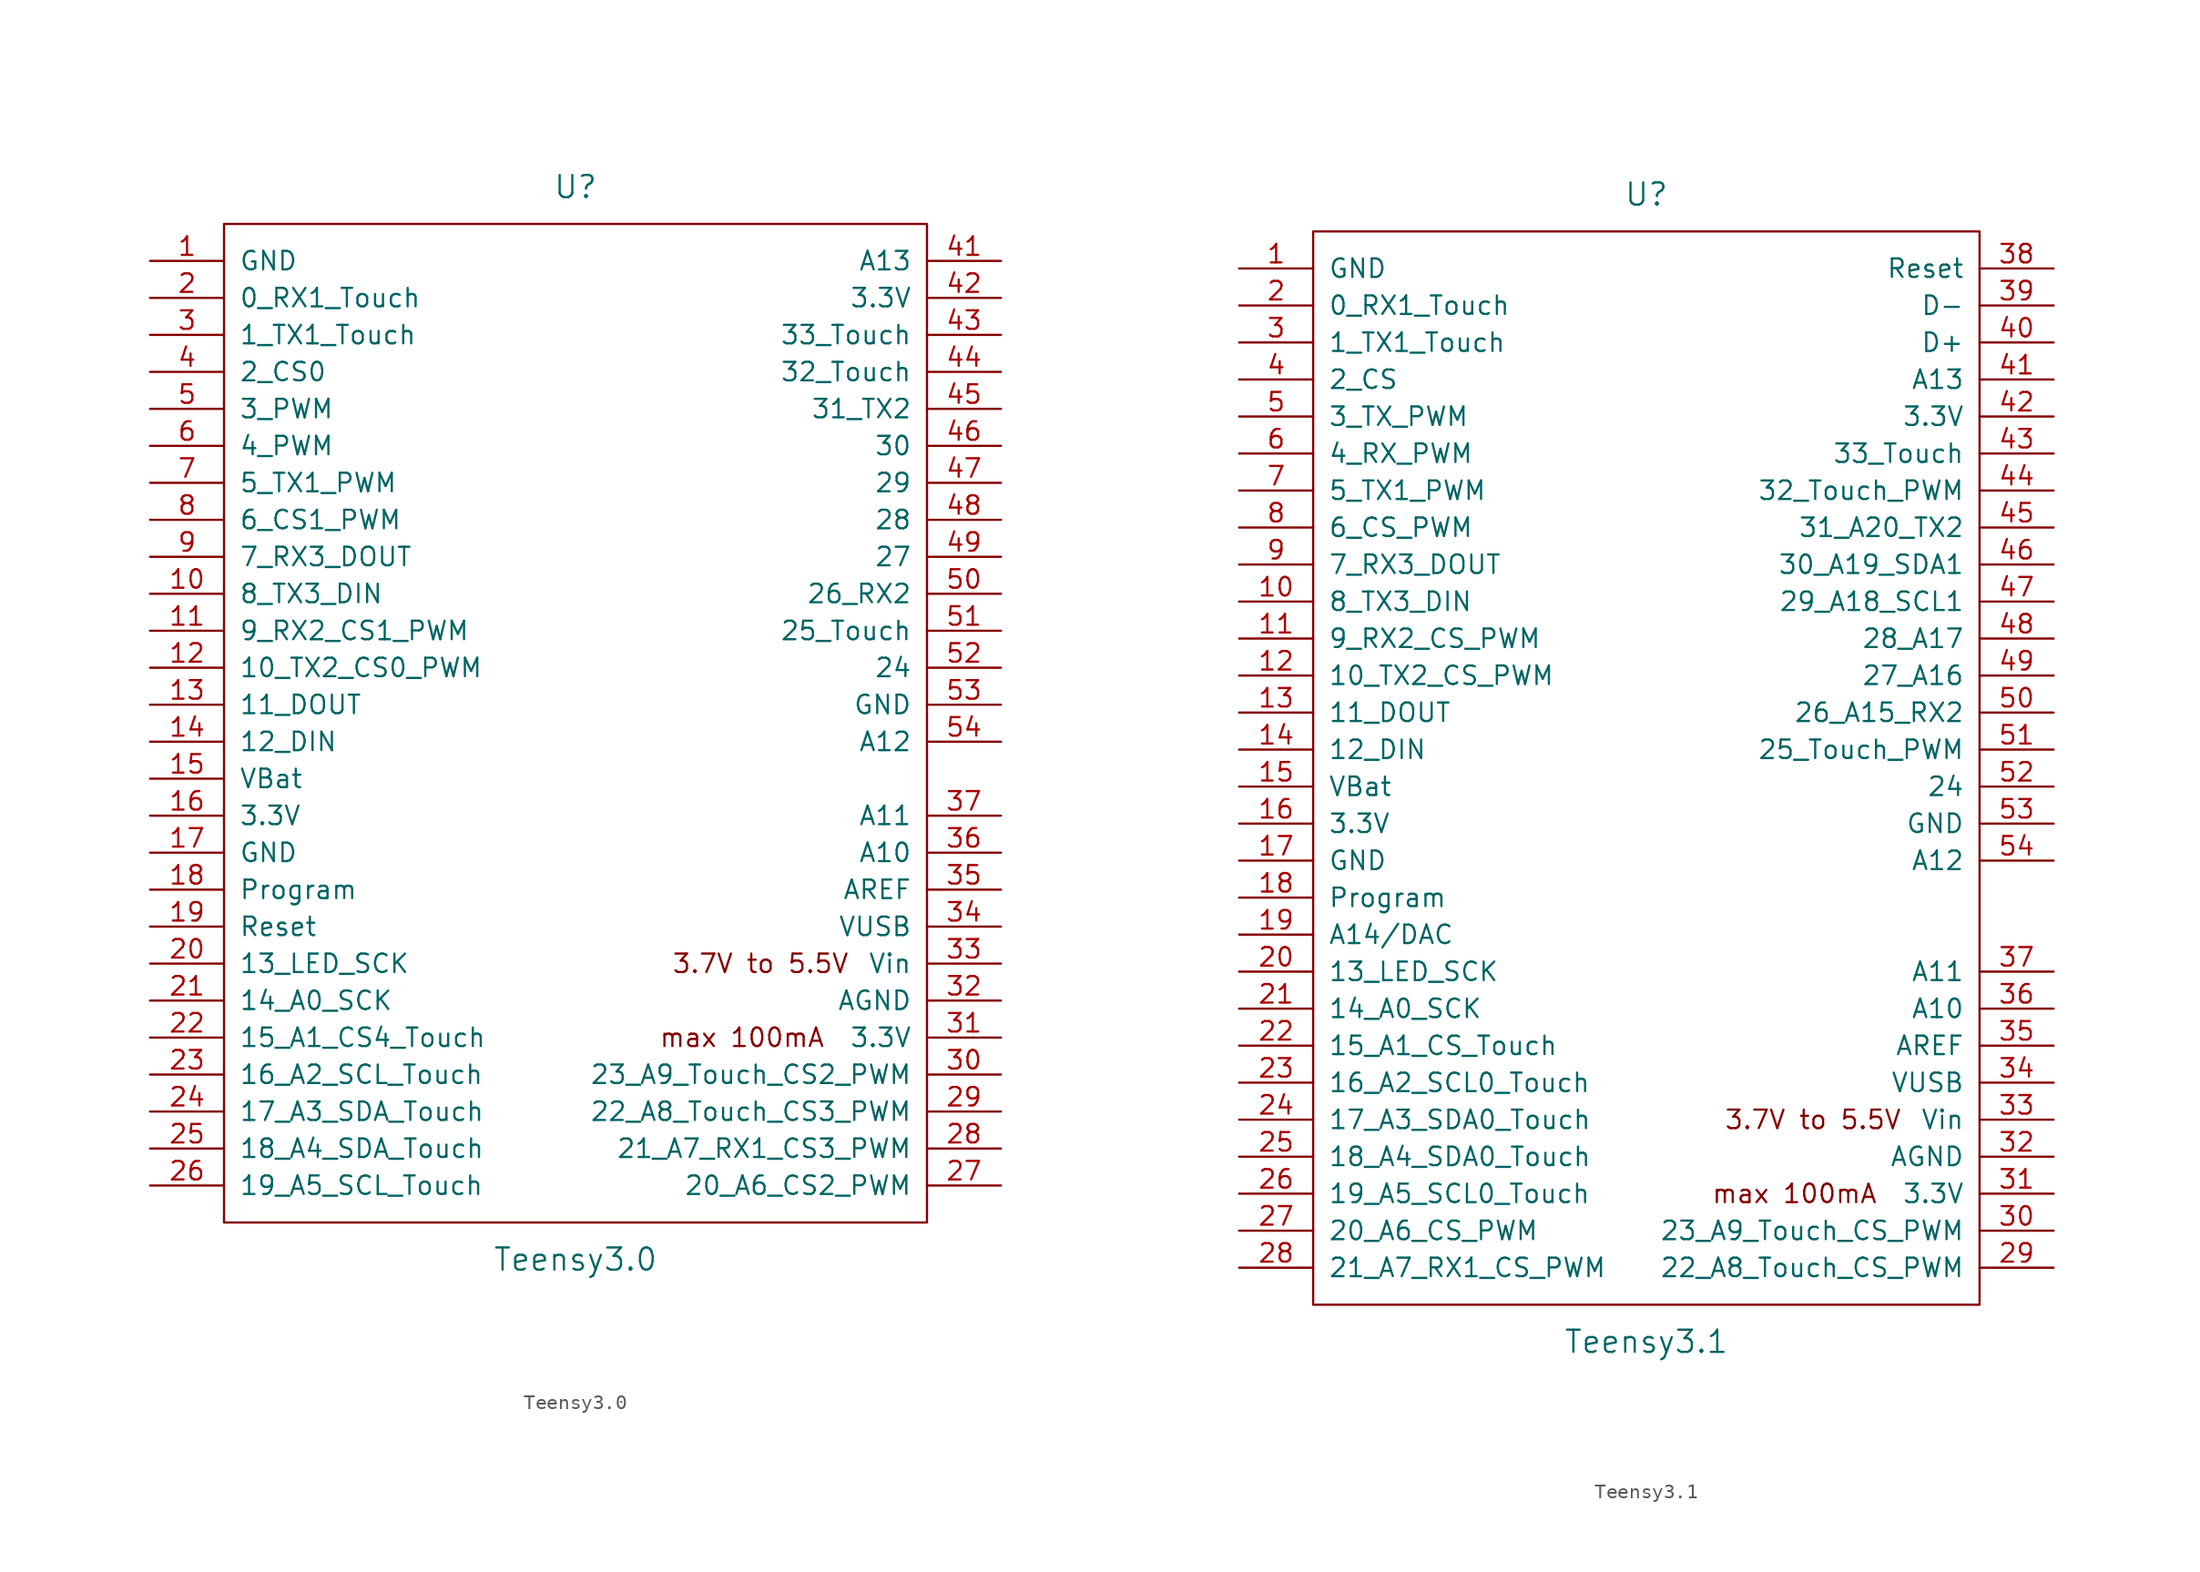
<source format=kicad_sym>
(kicad_symbol_lib
  (version 20211014)
  (generator kicad_symbol_editor)
  (symbol "Teensy3.0"
    (pin_names
      (offset 1.016))
    (property "Reference" "U"
      (at 0 36.83 0)
      (effects (font (size 1.524 1.524))))
    (property "Value" "Teensy3.0"
      (at 0 -36.83 0)
      (effects (font (size 1.524 1.524))))
    (property "Footprint" ""
      (at 0 -21.59 0)
      (effects (font (size 1.524 1.524))))
    (property "Datasheet" ""
      (at 0 -21.59 0)
      (effects (font (size 1.524 1.524))))
    (symbol "Teensy3.0_0_0"
      (text "3.7V to 5.5V" (at 12.7 -16.51 0) (effects (font (size 1.27 1.27))))
      (text "max 100mA" (at 11.43 -21.59 0) (effects (font (size 1.27 1.27)))))
    (symbol "Teensy3.0_0_1"
      (rectangle (start -24.13 34.29) (end 24.13 -34.29) (stroke (width 0) (type default) (color 0 0 0 0)) (fill (type none))))
    (symbol "Teensy3.0_1_1"
      (pin power_in line (at -29.21 31.75 0) (length 5.08) (name "GND" (effects (font (size 1.27 1.27)))) (number "1" (effects (font (size 1.27 1.27)))))
      (pin bidirectional line (at -29.21 8.89 0) (length 5.08) (name "8_TX3_DIN" (effects (font (size 1.27 1.27)))) (number "10" (effects (font (size 1.27 1.27)))))
      (pin bidirectional line (at -29.21 6.35 0) (length 5.08) (name "9_RX2_CS1_PWM" (effects (font (size 1.27 1.27)))) (number "11" (effects (font (size 1.27 1.27)))))
      (pin bidirectional line (at -29.21 3.81 0) (length 5.08) (name "10_TX2_CS0_PWM" (effects (font (size 1.27 1.27)))) (number "12" (effects (font (size 1.27 1.27)))))
      (pin bidirectional line (at -29.21 1.27 0) (length 5.08) (name "11_DOUT" (effects (font (size 1.27 1.27)))) (number "13" (effects (font (size 1.27 1.27)))))
      (pin bidirectional line (at -29.21 -1.27 0) (length 5.08) (name "12_DIN" (effects (font (size 1.27 1.27)))) (number "14" (effects (font (size 1.27 1.27)))))
      (pin power_in line (at -29.21 -3.81 0) (length 5.08) (name "VBat" (effects (font (size 1.27 1.27)))) (number "15" (effects (font (size 1.27 1.27)))))
      (pin power_in line (at -29.21 -6.35 0) (length 5.08) (name "3.3V" (effects (font (size 1.27 1.27)))) (number "16" (effects (font (size 1.27 1.27)))))
      (pin power_in line (at -29.21 -8.89 0) (length 5.08) (name "GND" (effects (font (size 1.27 1.27)))) (number "17" (effects (font (size 1.27 1.27)))))
      (pin input line (at -29.21 -11.43 0) (length 5.08) (name "Program" (effects (font (size 1.27 1.27)))) (number "18" (effects (font (size 1.27 1.27)))))
      (pin input line (at -29.21 -13.97 0) (length 5.08) (name "Reset" (effects (font (size 1.27 1.27)))) (number "19" (effects (font (size 1.27 1.27)))))
      (pin bidirectional line (at -29.21 29.21 0) (length 5.08) (name "0_RX1_Touch" (effects (font (size 1.27 1.27)))) (number "2" (effects (font (size 1.27 1.27)))))
      (pin bidirectional line (at -29.21 -16.51 0) (length 5.08) (name "13_LED_SCK" (effects (font (size 1.27 1.27)))) (number "20" (effects (font (size 1.27 1.27)))))
      (pin bidirectional line (at -29.21 -19.05 0) (length 5.08) (name "14_A0_SCK" (effects (font (size 1.27 1.27)))) (number "21" (effects (font (size 1.27 1.27)))))
      (pin bidirectional line (at -29.21 -21.59 0) (length 5.08) (name "15_A1_CS4_Touch" (effects (font (size 1.27 1.27)))) (number "22" (effects (font (size 1.27 1.27)))))
      (pin bidirectional line (at -29.21 -24.13 0) (length 5.08) (name "16_A2_SCL_Touch" (effects (font (size 1.27 1.27)))) (number "23" (effects (font (size 1.27 1.27)))))
      (pin bidirectional line (at -29.21 -26.67 0) (length 5.08) (name "17_A3_SDA_Touch" (effects (font (size 1.27 1.27)))) (number "24" (effects (font (size 1.27 1.27)))))
      (pin bidirectional line (at -29.21 -29.21 0) (length 5.08) (name "18_A4_SDA_Touch" (effects (font (size 1.27 1.27)))) (number "25" (effects (font (size 1.27 1.27)))))
      (pin bidirectional line (at -29.21 -31.75 0) (length 5.08) (name "19_A5_SCL_Touch" (effects (font (size 1.27 1.27)))) (number "26" (effects (font (size 1.27 1.27)))))
      (pin bidirectional line (at 29.21 -31.75 180) (length 5.08) (name "20_A6_CS2_PWM" (effects (font (size 1.27 1.27)))) (number "27" (effects (font (size 1.27 1.27)))))
      (pin bidirectional line (at 29.21 -29.21 180) (length 5.08) (name "21_A7_RX1_CS3_PWM" (effects (font (size 1.27 1.27)))) (number "28" (effects (font (size 1.27 1.27)))))
      (pin bidirectional line (at 29.21 -26.67 180) (length 5.08) (name "22_A8_Touch_CS3_PWM" (effects (font (size 1.27 1.27)))) (number "29" (effects (font (size 1.27 1.27)))))
      (pin bidirectional line (at -29.21 26.67 0) (length 5.08) (name "1_TX1_Touch" (effects (font (size 1.27 1.27)))) (number "3" (effects (font (size 1.27 1.27)))))
      (pin bidirectional line (at 29.21 -24.13 180) (length 5.08) (name "23_A9_Touch_CS2_PWM" (effects (font (size 1.27 1.27)))) (number "30" (effects (font (size 1.27 1.27)))))
      (pin power_out line (at 29.21 -21.59 180) (length 5.08) (name "3.3V" (effects (font (size 1.27 1.27)))) (number "31" (effects (font (size 1.27 1.27)))))
      (pin power_out line (at 29.21 -19.05 180) (length 5.08) (name "AGND" (effects (font (size 1.27 1.27)))) (number "32" (effects (font (size 1.27 1.27)))))
      (pin power_in line (at 29.21 -16.51 180) (length 5.08) (name "Vin" (effects (font (size 1.27 1.27)))) (number "33" (effects (font (size 1.27 1.27)))))
      (pin power_in line (at 29.21 -13.97 180) (length 5.08) (name "VUSB" (effects (font (size 1.27 1.27)))) (number "34" (effects (font (size 1.27 1.27)))))
      (pin input line (at 29.21 -11.43 180) (length 5.08) (name "AREF" (effects (font (size 1.27 1.27)))) (number "35" (effects (font (size 1.27 1.27)))))
      (pin bidirectional line (at 29.21 -8.89 180) (length 5.08) (name "A10" (effects (font (size 1.27 1.27)))) (number "36" (effects (font (size 1.27 1.27)))))
      (pin bidirectional line (at 29.21 -6.35 180) (length 5.08) (name "A11" (effects (font (size 1.27 1.27)))) (number "37" (effects (font (size 1.27 1.27)))))
      (pin bidirectional line (at -29.21 24.13 0) (length 5.08) (name "2_CS0" (effects (font (size 1.27 1.27)))) (number "4" (effects (font (size 1.27 1.27)))))
      (pin bidirectional line (at 29.21 31.75 180) (length 5.08) (name "A13" (effects (font (size 1.27 1.27)))) (number "41" (effects (font (size 1.27 1.27)))))
      (pin power_in line (at 29.21 29.21 180) (length 5.08) (name "3.3V" (effects (font (size 1.27 1.27)))) (number "42" (effects (font (size 1.27 1.27)))))
      (pin bidirectional line (at 29.21 26.67 180) (length 5.08) (name "33_Touch" (effects (font (size 1.27 1.27)))) (number "43" (effects (font (size 1.27 1.27)))))
      (pin bidirectional line (at 29.21 24.13 180) (length 5.08) (name "32_Touch" (effects (font (size 1.27 1.27)))) (number "44" (effects (font (size 1.27 1.27)))))
      (pin bidirectional line (at 29.21 21.59 180) (length 5.08) (name "31_TX2" (effects (font (size 1.27 1.27)))) (number "45" (effects (font (size 1.27 1.27)))))
      (pin bidirectional line (at 29.21 19.05 180) (length 5.08) (name "30" (effects (font (size 1.27 1.27)))) (number "46" (effects (font (size 1.27 1.27)))))
      (pin bidirectional line (at 29.21 16.51 180) (length 5.08) (name "29" (effects (font (size 1.27 1.27)))) (number "47" (effects (font (size 1.27 1.27)))))
      (pin bidirectional line (at 29.21 13.97 180) (length 5.08) (name "28" (effects (font (size 1.27 1.27)))) (number "48" (effects (font (size 1.27 1.27)))))
      (pin bidirectional line (at 29.21 11.43 180) (length 5.08) (name "27" (effects (font (size 1.27 1.27)))) (number "49" (effects (font (size 1.27 1.27)))))
      (pin bidirectional line (at -29.21 21.59 0) (length 5.08) (name "3_PWM" (effects (font (size 1.27 1.27)))) (number "5" (effects (font (size 1.27 1.27)))))
      (pin bidirectional line (at 29.21 8.89 180) (length 5.08) (name "26_RX2" (effects (font (size 1.27 1.27)))) (number "50" (effects (font (size 1.27 1.27)))))
      (pin bidirectional line (at 29.21 6.35 180) (length 5.08) (name "25_Touch" (effects (font (size 1.27 1.27)))) (number "51" (effects (font (size 1.27 1.27)))))
      (pin bidirectional line (at 29.21 3.81 180) (length 5.08) (name "24" (effects (font (size 1.27 1.27)))) (number "52" (effects (font (size 1.27 1.27)))))
      (pin power_in line (at 29.21 1.27 180) (length 5.08) (name "GND" (effects (font (size 1.27 1.27)))) (number "53" (effects (font (size 1.27 1.27)))))
      (pin bidirectional line (at 29.21 -1.27 180) (length 5.08) (name "A12" (effects (font (size 1.27 1.27)))) (number "54" (effects (font (size 1.27 1.27)))))
      (pin bidirectional line (at -29.21 19.05 0) (length 5.08) (name "4_PWM" (effects (font (size 1.27 1.27)))) (number "6" (effects (font (size 1.27 1.27)))))
      (pin bidirectional line (at -29.21 16.51 0) (length 5.08) (name "5_TX1_PWM" (effects (font (size 1.27 1.27)))) (number "7" (effects (font (size 1.27 1.27)))))
      (pin bidirectional line (at -29.21 13.97 0) (length 5.08) (name "6_CS1_PWM" (effects (font (size 1.27 1.27)))) (number "8" (effects (font (size 1.27 1.27)))))
      (pin bidirectional line (at -29.21 11.43 0) (length 5.08) (name "7_RX3_DOUT" (effects (font (size 1.27 1.27)))) (number "9" (effects (font (size 1.27 1.27)))))))
  (symbol "Teensy3.1"
    (pin_names
      (offset 1.016))
    (property "Reference" "U"
      (at 0 39.37 0)
      (effects (font (size 1.524 1.524))))
    (property "Value" "Teensy3.1"
      (at 0 -39.37 0)
      (effects (font (size 1.524 1.524))))
    (property "Footprint" ""
      (at 0 -19.05 0)
      (effects (font (size 1.524 1.524))))
    (property "Datasheet" ""
      (at 0 -19.05 0)
      (effects (font (size 1.524 1.524))))
    (symbol "Teensy3.1_0_0"
      (text "3.7V to 5.5V" (at 11.43 -24.13 0) (effects (font (size 1.27 1.27))))
      (text "max 100mA" (at 10.16 -29.21 0) (effects (font (size 1.27 1.27)))))
    (symbol "Teensy3.1_0_1"
      (rectangle (start -22.86 36.83) (end 22.86 -36.83) (stroke (width 0) (type default) (color 0 0 0 0)) (fill (type none))))
    (symbol "Teensy3.1_1_1"
      (pin power_in line (at -27.94 34.29 0) (length 5.08) (name "GND" (effects (font (size 1.27 1.27)))) (number "1" (effects (font (size 1.27 1.27)))))
      (pin bidirectional line (at -27.94 11.43 0) (length 5.08) (name "8_TX3_DIN" (effects (font (size 1.27 1.27)))) (number "10" (effects (font (size 1.27 1.27)))))
      (pin bidirectional line (at -27.94 8.89 0) (length 5.08) (name "9_RX2_CS_PWM" (effects (font (size 1.27 1.27)))) (number "11" (effects (font (size 1.27 1.27)))))
      (pin bidirectional line (at -27.94 6.35 0) (length 5.08) (name "10_TX2_CS_PWM" (effects (font (size 1.27 1.27)))) (number "12" (effects (font (size 1.27 1.27)))))
      (pin bidirectional line (at -27.94 3.81 0) (length 5.08) (name "11_DOUT" (effects (font (size 1.27 1.27)))) (number "13" (effects (font (size 1.27 1.27)))))
      (pin bidirectional line (at -27.94 1.27 0) (length 5.08) (name "12_DIN" (effects (font (size 1.27 1.27)))) (number "14" (effects (font (size 1.27 1.27)))))
      (pin power_in line (at -27.94 -1.27 0) (length 5.08) (name "VBat" (effects (font (size 1.27 1.27)))) (number "15" (effects (font (size 1.27 1.27)))))
      (pin power_in line (at -27.94 -3.81 0) (length 5.08) (name "3.3V" (effects (font (size 1.27 1.27)))) (number "16" (effects (font (size 1.27 1.27)))))
      (pin power_in line (at -27.94 -6.35 0) (length 5.08) (name "GND" (effects (font (size 1.27 1.27)))) (number "17" (effects (font (size 1.27 1.27)))))
      (pin input line (at -27.94 -8.89 0) (length 5.08) (name "Program" (effects (font (size 1.27 1.27)))) (number "18" (effects (font (size 1.27 1.27)))))
      (pin bidirectional line (at -27.94 -11.43 0) (length 5.08) (name "A14/DAC" (effects (font (size 1.27 1.27)))) (number "19" (effects (font (size 1.27 1.27)))))
      (pin bidirectional line (at -27.94 31.75 0) (length 5.08) (name "0_RX1_Touch" (effects (font (size 1.27 1.27)))) (number "2" (effects (font (size 1.27 1.27)))))
      (pin bidirectional line (at -27.94 -13.97 0) (length 5.08) (name "13_LED_SCK" (effects (font (size 1.27 1.27)))) (number "20" (effects (font (size 1.27 1.27)))))
      (pin bidirectional line (at -27.94 -16.51 0) (length 5.08) (name "14_A0_SCK" (effects (font (size 1.27 1.27)))) (number "21" (effects (font (size 1.27 1.27)))))
      (pin bidirectional line (at -27.94 -19.05 0) (length 5.08) (name "15_A1_CS_Touch" (effects (font (size 1.27 1.27)))) (number "22" (effects (font (size 1.27 1.27)))))
      (pin bidirectional line (at -27.94 -21.59 0) (length 5.08) (name "16_A2_SCL0_Touch" (effects (font (size 1.27 1.27)))) (number "23" (effects (font (size 1.27 1.27)))))
      (pin bidirectional line (at -27.94 -24.13 0) (length 5.08) (name "17_A3_SDA0_Touch" (effects (font (size 1.27 1.27)))) (number "24" (effects (font (size 1.27 1.27)))))
      (pin bidirectional line (at -27.94 -26.67 0) (length 5.08) (name "18_A4_SDA0_Touch" (effects (font (size 1.27 1.27)))) (number "25" (effects (font (size 1.27 1.27)))))
      (pin bidirectional line (at -27.94 -29.21 0) (length 5.08) (name "19_A5_SCL0_Touch" (effects (font (size 1.27 1.27)))) (number "26" (effects (font (size 1.27 1.27)))))
      (pin bidirectional line (at -27.94 -31.75 0) (length 5.08) (name "20_A6_CS_PWM" (effects (font (size 1.27 1.27)))) (number "27" (effects (font (size 1.27 1.27)))))
      (pin bidirectional line (at -27.94 -34.29 0) (length 5.08) (name "21_A7_RX1_CS_PWM" (effects (font (size 1.27 1.27)))) (number "28" (effects (font (size 1.27 1.27)))))
      (pin bidirectional line (at 27.94 -34.29 180) (length 5.08) (name "22_A8_Touch_CS_PWM" (effects (font (size 1.27 1.27)))) (number "29" (effects (font (size 1.27 1.27)))))
      (pin bidirectional line (at -27.94 29.21 0) (length 5.08) (name "1_TX1_Touch" (effects (font (size 1.27 1.27)))) (number "3" (effects (font (size 1.27 1.27)))))
      (pin bidirectional line (at 27.94 -31.75 180) (length 5.08) (name "23_A9_Touch_CS_PWM" (effects (font (size 1.27 1.27)))) (number "30" (effects (font (size 1.27 1.27)))))
      (pin power_out line (at 27.94 -29.21 180) (length 5.08) (name "3.3V" (effects (font (size 1.27 1.27)))) (number "31" (effects (font (size 1.27 1.27)))))
      (pin power_out line (at 27.94 -26.67 180) (length 5.08) (name "AGND" (effects (font (size 1.27 1.27)))) (number "32" (effects (font (size 1.27 1.27)))))
      (pin power_in line (at 27.94 -24.13 180) (length 5.08) (name "Vin" (effects (font (size 1.27 1.27)))) (number "33" (effects (font (size 1.27 1.27)))))
      (pin power_in line (at 27.94 -21.59 180) (length 5.08) (name "VUSB" (effects (font (size 1.27 1.27)))) (number "34" (effects (font (size 1.27 1.27)))))
      (pin input line (at 27.94 -19.05 180) (length 5.08) (name "AREF" (effects (font (size 1.27 1.27)))) (number "35" (effects (font (size 1.27 1.27)))))
      (pin bidirectional line (at 27.94 -16.51 180) (length 5.08) (name "A10" (effects (font (size 1.27 1.27)))) (number "36" (effects (font (size 1.27 1.27)))))
      (pin bidirectional line (at 27.94 -13.97 180) (length 5.08) (name "A11" (effects (font (size 1.27 1.27)))) (number "37" (effects (font (size 1.27 1.27)))))
      (pin input line (at 27.94 34.29 180) (length 5.08) (name "Reset" (effects (font (size 1.27 1.27)))) (number "38" (effects (font (size 1.27 1.27)))))
      (pin bidirectional line (at 27.94 31.75 180) (length 5.08) (name "D-" (effects (font (size 1.27 1.27)))) (number "39" (effects (font (size 1.27 1.27)))))
      (pin bidirectional line (at -27.94 26.67 0) (length 5.08) (name "2_CS" (effects (font (size 1.27 1.27)))) (number "4" (effects (font (size 1.27 1.27)))))
      (pin bidirectional line (at 27.94 29.21 180) (length 5.08) (name "D+" (effects (font (size 1.27 1.27)))) (number "40" (effects (font (size 1.27 1.27)))))
      (pin bidirectional line (at 27.94 26.67 180) (length 5.08) (name "A13" (effects (font (size 1.27 1.27)))) (number "41" (effects (font (size 1.27 1.27)))))
      (pin power_in line (at 27.94 24.13 180) (length 5.08) (name "3.3V" (effects (font (size 1.27 1.27)))) (number "42" (effects (font (size 1.27 1.27)))))
      (pin bidirectional line (at 27.94 21.59 180) (length 5.08) (name "33_Touch" (effects (font (size 1.27 1.27)))) (number "43" (effects (font (size 1.27 1.27)))))
      (pin bidirectional line (at 27.94 19.05 180) (length 5.08) (name "32_Touch_PWM" (effects (font (size 1.27 1.27)))) (number "44" (effects (font (size 1.27 1.27)))))
      (pin bidirectional line (at 27.94 16.51 180) (length 5.08) (name "31_A20_TX2" (effects (font (size 1.27 1.27)))) (number "45" (effects (font (size 1.27 1.27)))))
      (pin bidirectional line (at 27.94 13.97 180) (length 5.08) (name "30_A19_SDA1" (effects (font (size 1.27 1.27)))) (number "46" (effects (font (size 1.27 1.27)))))
      (pin bidirectional line (at 27.94 11.43 180) (length 5.08) (name "29_A18_SCL1" (effects (font (size 1.27 1.27)))) (number "47" (effects (font (size 1.27 1.27)))))
      (pin bidirectional line (at 27.94 8.89 180) (length 5.08) (name "28_A17" (effects (font (size 1.27 1.27)))) (number "48" (effects (font (size 1.27 1.27)))))
      (pin bidirectional line (at 27.94 6.35 180) (length 5.08) (name "27_A16" (effects (font (size 1.27 1.27)))) (number "49" (effects (font (size 1.27 1.27)))))
      (pin bidirectional line (at -27.94 24.13 0) (length 5.08) (name "3_TX_PWM" (effects (font (size 1.27 1.27)))) (number "5" (effects (font (size 1.27 1.27)))))
      (pin bidirectional line (at 27.94 3.81 180) (length 5.08) (name "26_A15_RX2" (effects (font (size 1.27 1.27)))) (number "50" (effects (font (size 1.27 1.27)))))
      (pin bidirectional line (at 27.94 1.27 180) (length 5.08) (name "25_Touch_PWM" (effects (font (size 1.27 1.27)))) (number "51" (effects (font (size 1.27 1.27)))))
      (pin bidirectional line (at 27.94 -1.27 180) (length 5.08) (name "24" (effects (font (size 1.27 1.27)))) (number "52" (effects (font (size 1.27 1.27)))))
      (pin power_in line (at 27.94 -3.81 180) (length 5.08) (name "GND" (effects (font (size 1.27 1.27)))) (number "53" (effects (font (size 1.27 1.27)))))
      (pin bidirectional line (at 27.94 -6.35 180) (length 5.08) (name "A12" (effects (font (size 1.27 1.27)))) (number "54" (effects (font (size 1.27 1.27)))))
      (pin bidirectional line (at -27.94 21.59 0) (length 5.08) (name "4_RX_PWM" (effects (font (size 1.27 1.27)))) (number "6" (effects (font (size 1.27 1.27)))))
      (pin bidirectional line (at -27.94 19.05 0) (length 5.08) (name "5_TX1_PWM" (effects (font (size 1.27 1.27)))) (number "7" (effects (font (size 1.27 1.27)))))
      (pin bidirectional line (at -27.94 16.51 0) (length 5.08) (name "6_CS_PWM" (effects (font (size 1.27 1.27)))) (number "8" (effects (font (size 1.27 1.27)))))
      (pin bidirectional line (at -27.94 13.97 0) (length 5.08) (name "7_RX3_DOUT" (effects (font (size 1.27 1.27)))) (number "9" (effects (font (size 1.27 1.27))))))))
</source>
